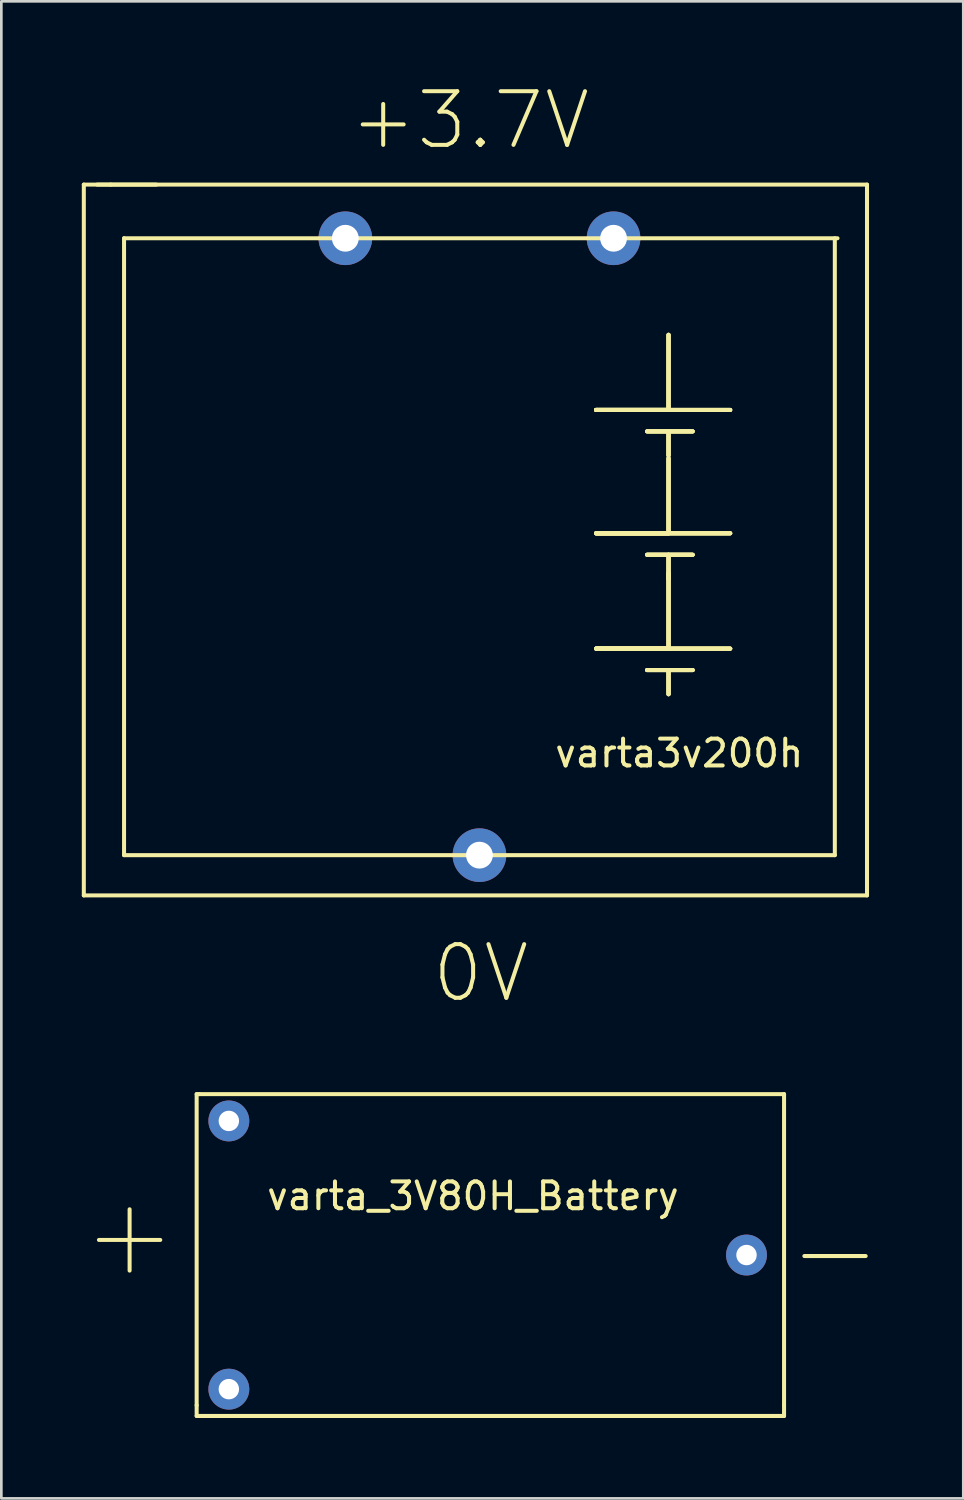
<source format=kicad_pcb>
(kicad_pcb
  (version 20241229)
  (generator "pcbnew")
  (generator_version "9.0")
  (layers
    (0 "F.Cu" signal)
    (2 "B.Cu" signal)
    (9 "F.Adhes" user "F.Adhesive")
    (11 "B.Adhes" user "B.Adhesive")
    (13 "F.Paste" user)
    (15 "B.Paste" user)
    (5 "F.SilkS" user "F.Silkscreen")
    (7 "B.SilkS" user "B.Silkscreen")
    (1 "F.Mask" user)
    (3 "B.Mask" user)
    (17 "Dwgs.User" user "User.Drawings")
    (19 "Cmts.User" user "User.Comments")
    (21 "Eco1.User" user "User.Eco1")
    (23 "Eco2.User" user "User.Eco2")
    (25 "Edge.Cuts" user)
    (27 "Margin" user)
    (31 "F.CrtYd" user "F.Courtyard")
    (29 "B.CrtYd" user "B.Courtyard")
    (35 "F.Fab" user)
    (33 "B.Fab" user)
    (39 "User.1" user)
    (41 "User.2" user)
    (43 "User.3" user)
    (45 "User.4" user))
  (footprint "varta_3V80H_Battery"
    (layer "F.Cu")
    (at 5.482 38.742)
    (property "Reference" "varta_3V80H_Battery" (at 9.1 2.8 0) (layer "F.SilkS") (effects (font (size 1 1) (thickness 0.15))))
    (attr through_hole)
    (fp_line (start -1.2 -1) (end -1.1 -1) (stroke (width 0.15) (type solid)) (layer "F.SilkS"))
    (fp_line (start -1.2 10.6) (end -1.2 -1) (stroke (width 0.15) (type solid)) (layer "F.SilkS"))
    (fp_line (start -1.2 10.6) (end -1.2 11) (stroke (width 0.15) (type solid)) (layer "F.SilkS"))
    (fp_line (start -1.1 -1) (end 20.7 -1) (stroke (width 0.15) (type solid)) (layer "F.SilkS"))
    (fp_line (start 20.7 -1) (end 20.7 10.6) (stroke (width 0.15) (type solid)) (layer "F.SilkS"))
    (fp_line (start 20.7 10.6) (end 20.7 11) (stroke (width 0.15) (type solid)) (layer "F.SilkS"))
    (fp_line (start 20.7 11) (end -1.2 11) (stroke (width 0.15) (type solid)) (layer "F.SilkS"))
    (fp_text user "+" (at -3.7 4.2 0) (layer "F.SilkS") (effects (font (size 3 3) (thickness 0.15))))
    (fp_text user "-" (at 22.6 4.8 0) (layer "F.SilkS") (effects (font (size 3 3) (thickness 0.15))))
    (pad "1" thru_hole circle (at 0 0) (size 1.524 1.524) (drill 0.762) (layers "*.Cu" "*.Mask"))
    (pad "1" thru_hole circle (at 0 10) (size 1.524 1.524) (drill 0.762) (layers "*.Cu" "*.Mask"))
    (pad "2" thru_hole circle (at 19.3 5) (size 1.524 1.524) (drill 0.762) (layers "*.Cu" "*.Mask")))
  (footprint "varta3v200h"
    (layer "F.Cu")
    (at 1.575 28.833)
    (property "Reference" "varta3v200h" (at 20.7 -3.8 0) (layer "F.SilkS") (effects (font (size 1 1) (thickness 0.15))))
    (attr through_hole)
    (fp_line (start -1.5 -25) (end -0.5 -25) (stroke (width 0.15) (type solid)) (layer "F.SilkS"))
    (fp_line (start -1.5 1.5) (end -1.5 -25) (stroke (width 0.15) (type solid)) (layer "F.SilkS"))
    (fp_line (start -1 -25) (end 27.7 -25) (stroke (width 0.15) (type solid)) (layer "F.SilkS"))
    (fp_line (start -0.5 -25) (end 1.2 -25) (stroke (width 0.15) (type solid)) (layer "F.SilkS"))
    (fp_line (start 0 -23) (end 26.6 -23) (stroke (width 0.15) (type solid)) (layer "F.SilkS"))
    (fp_line (start 0 0) (end 0 -23) (stroke (width 0.15) (type solid)) (layer "F.SilkS"))
    (fp_line (start 0 0) (end 26.5 0) (stroke (width 0.15) (type solid)) (layer "F.SilkS"))
    (fp_line (start 17.6 -16.6) (end 22.6 -16.6) (stroke (width 0.15) (type solid)) (layer "F.SilkS"))
    (fp_line (start 17.6 -16.6) (end 22.6 -16.6) (stroke (width 0.15) (type solid)) (layer "F.SilkS"))
    (fp_line (start 17.6 -16.6) (end 22.6 -16.6) (stroke (width 0.15) (type solid)) (layer "F.SilkS"))
    (fp_line (start 17.6 -16.6) (end 22.6 -16.6) (stroke (width 0.15) (type solid)) (layer "F.SilkS"))
    (fp_line (start 17.6 -12) (end 22.6 -12) (stroke (width 0.15) (type solid)) (layer "F.SilkS"))
    (fp_line (start 17.6 -12) (end 22.6 -12) (stroke (width 0.15) (type solid)) (layer "F.SilkS"))
    (fp_line (start 17.6 -12) (end 22.6 -12) (stroke (width 0.15) (type solid)) (layer "F.SilkS"))
    (fp_line (start 17.6 -12) (end 22.6 -12) (stroke (width 0.15) (type solid)) (layer "F.SilkS"))
    (fp_line (start 17.6 -7.7) (end 22.6 -7.7) (stroke (width 0.15) (type solid)) (layer "F.SilkS"))
    (fp_line (start 17.6 -7.7) (end 22.6 -7.7) (stroke (width 0.15) (type solid)) (layer "F.SilkS"))
    (fp_line (start 17.6 -7.7) (end 22.6 -7.7) (stroke (width 0.15) (type solid)) (layer "F.SilkS"))
    (fp_line (start 17.6 -7.7) (end 22.6 -7.7) (stroke (width 0.15) (type solid)) (layer "F.SilkS"))
    (fp_line (start 19.5 -15.8) (end 21.2 -15.8) (stroke (width 0.15) (type solid)) (layer "F.SilkS"))
    (fp_line (start 19.5 -15.8) (end 21.2 -15.8) (stroke (width 0.15) (type solid)) (layer "F.SilkS"))
    (fp_line (start 19.5 -15.8) (end 21.2 -15.8) (stroke (width 0.15) (type solid)) (layer "F.SilkS"))
    (fp_line (start 19.5 -15.8) (end 21.2 -15.8) (stroke (width 0.15) (type solid)) (layer "F.SilkS"))
    (fp_line (start 19.5 -11.2) (end 21.2 -11.2) (stroke (width 0.15) (type solid)) (layer "F.SilkS"))
    (fp_line (start 19.5 -11.2) (end 21.2 -11.2) (stroke (width 0.15) (type solid)) (layer "F.SilkS"))
    (fp_line (start 19.5 -11.2) (end 21.2 -11.2) (stroke (width 0.15) (type solid)) (layer "F.SilkS"))
    (fp_line (start 19.5 -11.2) (end 21.2 -11.2) (stroke (width 0.15) (type solid)) (layer "F.SilkS"))
    (fp_line (start 19.5 -6.9) (end 21.2 -6.9) (stroke (width 0.15) (type solid)) (layer "F.SilkS"))
    (fp_line (start 19.5 -6.9) (end 21.2 -6.9) (stroke (width 0.15) (type solid)) (layer "F.SilkS"))
    (fp_line (start 19.5 -6.9) (end 21.2 -6.9) (stroke (width 0.15) (type solid)) (layer "F.SilkS"))
    (fp_line (start 19.5 -6.9) (end 21.2 -6.9) (stroke (width 0.15) (type solid)) (layer "F.SilkS"))
    (fp_line (start 20.3 -19.4) (end 20.3 -16.6) (stroke (width 0.15) (type solid)) (layer "F.SilkS"))
    (fp_line (start 20.3 -19.4) (end 20.3 -16.6) (stroke (width 0.15) (type solid)) (layer "F.SilkS"))
    (fp_line (start 20.3 -19.4) (end 20.3 -16.6) (stroke (width 0.15) (type solid)) (layer "F.SilkS"))
    (fp_line (start 20.3 -19.4) (end 20.3 -16.6) (stroke (width 0.15) (type solid)) (layer "F.SilkS"))
    (fp_line (start 20.3 -16.6) (end 17.6 -16.6) (stroke (width 0.15) (type solid)) (layer "F.SilkS"))
    (fp_line (start 20.3 -16.6) (end 17.6 -16.6) (stroke (width 0.15) (type solid)) (layer "F.SilkS"))
    (fp_line (start 20.3 -16.6) (end 17.6 -16.6) (stroke (width 0.15) (type solid)) (layer "F.SilkS"))
    (fp_line (start 20.3 -16.6) (end 17.6 -16.6) (stroke (width 0.15) (type solid)) (layer "F.SilkS"))
    (fp_line (start 20.3 -15.8) (end 20.3 -14.9) (stroke (width 0.15) (type solid)) (layer "F.SilkS"))
    (fp_line (start 20.3 -15.8) (end 20.3 -14.9) (stroke (width 0.15) (type solid)) (layer "F.SilkS"))
    (fp_line (start 20.3 -15.8) (end 20.3 -14.9) (stroke (width 0.15) (type solid)) (layer "F.SilkS"))
    (fp_line (start 20.3 -15.8) (end 20.3 -14.9) (stroke (width 0.15) (type solid)) (layer "F.SilkS"))
    (fp_line (start 20.3 -14.8) (end 20.3 -12) (stroke (width 0.15) (type solid)) (layer "F.SilkS"))
    (fp_line (start 20.3 -14.8) (end 20.3 -12) (stroke (width 0.15) (type solid)) (layer "F.SilkS"))
    (fp_line (start 20.3 -14.8) (end 20.3 -12) (stroke (width 0.15) (type solid)) (layer "F.SilkS"))
    (fp_line (start 20.3 -14.8) (end 20.3 -12) (stroke (width 0.15) (type solid)) (layer "F.SilkS"))
    (fp_line (start 20.3 -12) (end 17.6 -12) (stroke (width 0.15) (type solid)) (layer "F.SilkS"))
    (fp_line (start 20.3 -12) (end 17.6 -12) (stroke (width 0.15) (type solid)) (layer "F.SilkS"))
    (fp_line (start 20.3 -12) (end 17.6 -12) (stroke (width 0.15) (type solid)) (layer "F.SilkS"))
    (fp_line (start 20.3 -12) (end 17.6 -12) (stroke (width 0.15) (type solid)) (layer "F.SilkS"))
    (fp_line (start 20.3 -11.2) (end 20.3 -10.3) (stroke (width 0.15) (type solid)) (layer "F.SilkS"))
    (fp_line (start 20.3 -11.2) (end 20.3 -10.3) (stroke (width 0.15) (type solid)) (layer "F.SilkS"))
    (fp_line (start 20.3 -11.2) (end 20.3 -10.3) (stroke (width 0.15) (type solid)) (layer "F.SilkS"))
    (fp_line (start 20.3 -11.2) (end 20.3 -10.3) (stroke (width 0.15) (type solid)) (layer "F.SilkS"))
    (fp_line (start 20.3 -10.5) (end 20.3 -7.7) (stroke (width 0.15) (type solid)) (layer "F.SilkS"))
    (fp_line (start 20.3 -10.5) (end 20.3 -7.7) (stroke (width 0.15) (type solid)) (layer "F.SilkS"))
    (fp_line (start 20.3 -10.5) (end 20.3 -7.7) (stroke (width 0.15) (type solid)) (layer "F.SilkS"))
    (fp_line (start 20.3 -10.5) (end 20.3 -7.7) (stroke (width 0.15) (type solid)) (layer "F.SilkS"))
    (fp_line (start 20.3 -7.7) (end 17.6 -7.7) (stroke (width 0.15) (type solid)) (layer "F.SilkS"))
    (fp_line (start 20.3 -7.7) (end 17.6 -7.7) (stroke (width 0.15) (type solid)) (layer "F.SilkS"))
    (fp_line (start 20.3 -7.7) (end 17.6 -7.7) (stroke (width 0.15) (type solid)) (layer "F.SilkS"))
    (fp_line (start 20.3 -7.7) (end 17.6 -7.7) (stroke (width 0.15) (type solid)) (layer "F.SilkS"))
    (fp_line (start 20.3 -6.9) (end 20.3 -6) (stroke (width 0.15) (type solid)) (layer "F.SilkS"))
    (fp_line (start 20.3 -6.9) (end 20.3 -6) (stroke (width 0.15) (type solid)) (layer "F.SilkS"))
    (fp_line (start 20.3 -6.9) (end 20.3 -6) (stroke (width 0.15) (type solid)) (layer "F.SilkS"))
    (fp_line (start 20.3 -6.9) (end 20.3 -6) (stroke (width 0.15) (type solid)) (layer "F.SilkS"))
    (fp_line (start 26.5 0) (end 26.5 -23) (stroke (width 0.15) (type solid)) (layer "F.SilkS"))
    (fp_line (start 27.7 -25) (end 27.7 1.5) (stroke (width 0.15) (type solid)) (layer "F.SilkS"))
    (fp_line (start 27.7 1.5) (end -1.5 1.5) (stroke (width 0.15) (type solid)) (layer "F.SilkS"))
    (fp_text user "+3.7V" (at 12.9 -27.4 0) (layer "F.SilkS") (effects (font (size 2 2) (thickness 0.15))))
    (fp_text user "0V" (at 13.3 4.4 0) (layer "F.SilkS") (effects (font (size 2 2) (thickness 0.15))))
    (pad "1" thru_hole circle (at 8.25 -23) (size 2 2) (drill 1) (layers "*.Cu" "*.Mask"))
    (pad "1" thru_hole circle (at 18.25 -23) (size 2 2) (drill 1) (layers "*.Cu" "*.Mask"))
    (pad "4" thru_hole circle (at 13.25 0) (size 2 2) (drill 1) (layers "*.Cu" "*.Mask")))
  (gr_rect
    (start -3 -3)
    (end 32.864 52.816)
    (stroke (width 0.1) (type default))
    (fill no)
    (layer "Edge.Cuts")))
</source>
